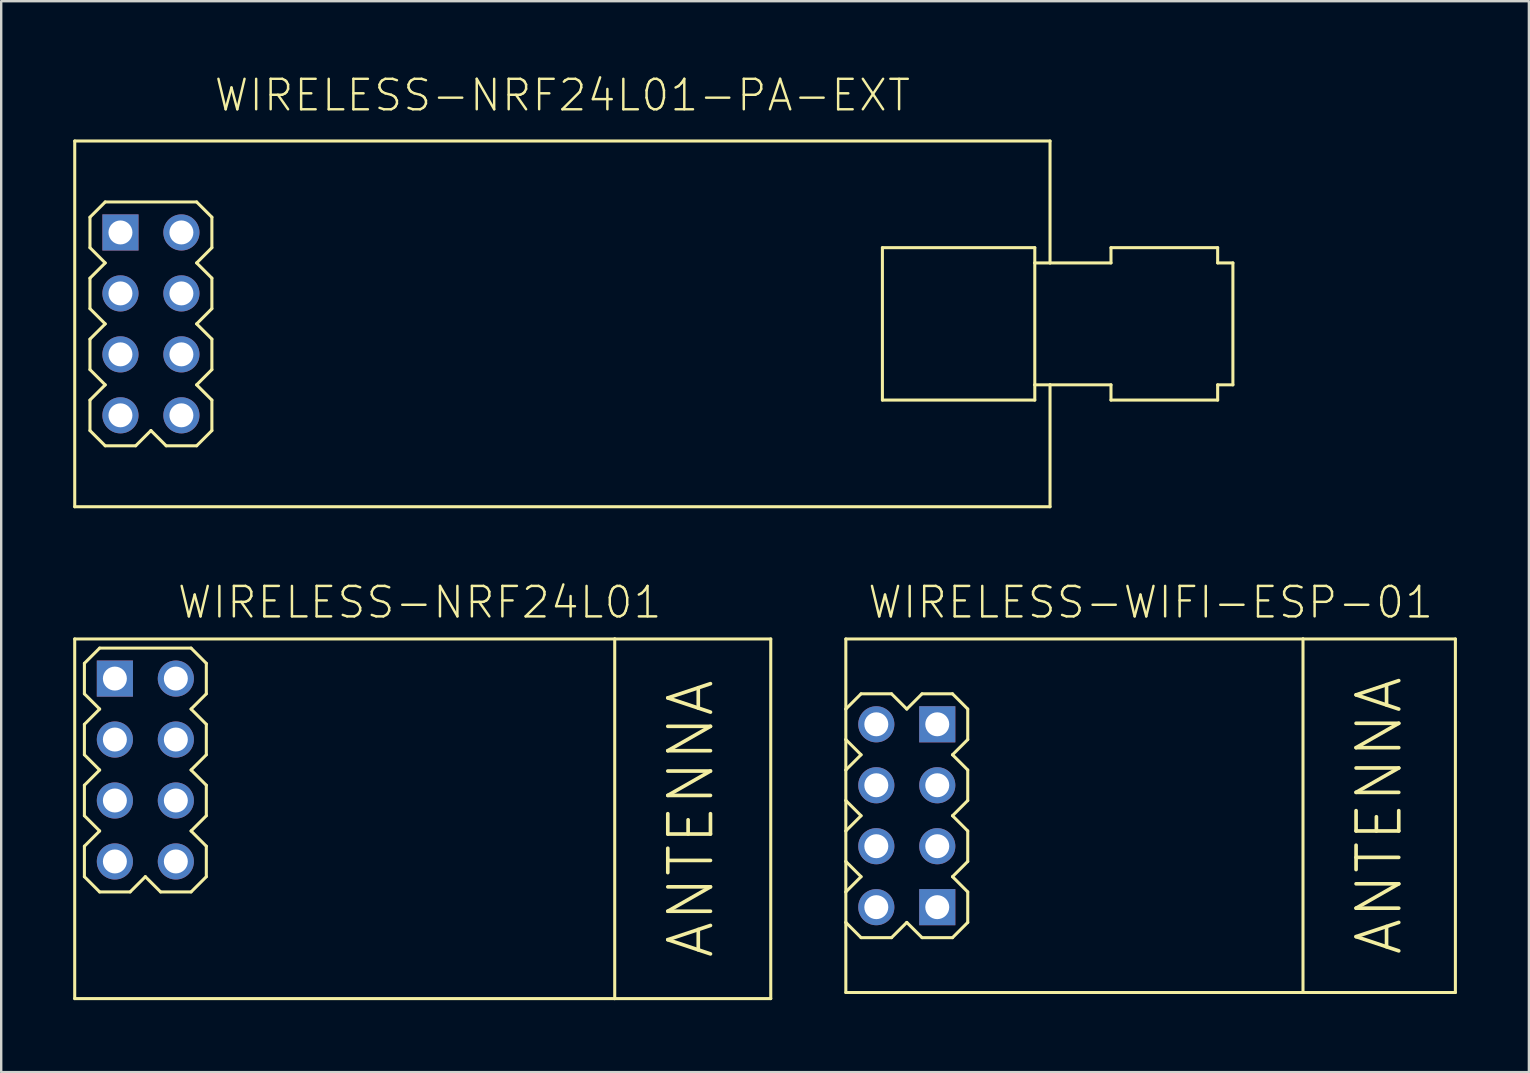
<source format=kicad_pcb>
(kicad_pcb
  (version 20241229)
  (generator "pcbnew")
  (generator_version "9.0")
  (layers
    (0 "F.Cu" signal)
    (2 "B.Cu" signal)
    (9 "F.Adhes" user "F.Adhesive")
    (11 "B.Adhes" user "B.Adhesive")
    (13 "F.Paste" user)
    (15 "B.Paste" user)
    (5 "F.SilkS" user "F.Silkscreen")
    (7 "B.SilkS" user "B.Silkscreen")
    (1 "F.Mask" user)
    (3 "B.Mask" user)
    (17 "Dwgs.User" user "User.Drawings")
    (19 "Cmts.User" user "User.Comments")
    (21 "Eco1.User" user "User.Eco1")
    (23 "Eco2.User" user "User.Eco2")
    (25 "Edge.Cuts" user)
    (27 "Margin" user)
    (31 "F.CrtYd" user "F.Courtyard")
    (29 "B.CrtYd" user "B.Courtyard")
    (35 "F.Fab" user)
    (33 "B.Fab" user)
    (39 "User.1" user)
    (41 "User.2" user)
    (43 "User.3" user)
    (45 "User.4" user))
  (footprint "WIRELESS-WIFI-ESP-01"
    (layer "F.Cu")
    (at 44.895 30.941)
    (property "Reference" "WIRELESS-WIFI-ESP-01" (at 0 -8.89 0) (layer "F.SilkS") (effects (font (size 1.27 1.27) (thickness 0.102))))
    (attr exclude_from_pos_files exclude_from_bom)
    (fp_line (start -12.7 -7.366) (end 6.35 -7.366) (stroke (width 0.127) (type solid)) (layer "F.SilkS"))
    (fp_line (start -12.7 -4.445) (end -12.7 -7.366) (stroke (width 0.127) (type solid)) (layer "F.SilkS"))
    (fp_line (start -12.7 -4.445) (end -12.065 -5.08) (stroke (width 0.127) (type solid)) (layer "F.SilkS"))
    (fp_line (start -12.7 -3.175) (end -12.7 -4.445) (stroke (width 0.127) (type solid)) (layer "F.SilkS"))
    (fp_line (start -12.7 -1.905) (end -12.7 -3.175) (stroke (width 0.127) (type solid)) (layer "F.SilkS"))
    (fp_line (start -12.7 -1.905) (end -12.065 -2.54) (stroke (width 0.127) (type solid)) (layer "F.SilkS"))
    (fp_line (start -12.7 -0.635) (end -12.7 -1.905) (stroke (width 0.127) (type solid)) (layer "F.SilkS"))
    (fp_line (start -12.7 0.635) (end -12.7 -0.635) (stroke (width 0.127) (type solid)) (layer "F.SilkS"))
    (fp_line (start -12.7 0.635) (end -12.065 0) (stroke (width 0.127) (type solid)) (layer "F.SilkS"))
    (fp_line (start -12.7 1.905) (end -12.7 0.635) (stroke (width 0.127) (type solid)) (layer "F.SilkS"))
    (fp_line (start -12.7 3.175) (end -12.7 1.905) (stroke (width 0.127) (type solid)) (layer "F.SilkS"))
    (fp_line (start -12.7 3.175) (end -12.065 2.54) (stroke (width 0.127) (type solid)) (layer "F.SilkS"))
    (fp_line (start -12.7 4.445) (end -12.7 3.175) (stroke (width 0.127) (type solid)) (layer "F.SilkS"))
    (fp_line (start -12.7 7.366) (end -12.7 4.445) (stroke (width 0.127) (type solid)) (layer "F.SilkS"))
    (fp_line (start -12.065 -5.08) (end -10.795 -5.08) (stroke (width 0.127) (type solid)) (layer "F.SilkS"))
    (fp_line (start -12.065 -2.54) (end -12.7 -3.175) (stroke (width 0.127) (type solid)) (layer "F.SilkS"))
    (fp_line (start -12.065 0) (end -12.7 -0.635) (stroke (width 0.127) (type solid)) (layer "F.SilkS"))
    (fp_line (start -12.065 2.54) (end -12.7 1.905) (stroke (width 0.127) (type solid)) (layer "F.SilkS"))
    (fp_line (start -12.065 5.08) (end -12.7 4.445) (stroke (width 0.127) (type solid)) (layer "F.SilkS"))
    (fp_line (start -10.795 -5.08) (end -10.16 -4.445) (stroke (width 0.127) (type solid)) (layer "F.SilkS"))
    (fp_line (start -10.795 5.08) (end -12.065 5.08) (stroke (width 0.127) (type solid)) (layer "F.SilkS"))
    (fp_line (start -10.16 -4.445) (end -9.525 -5.08) (stroke (width 0.127) (type solid)) (layer "F.SilkS"))
    (fp_line (start -10.16 4.445) (end -10.795 5.08) (stroke (width 0.127) (type solid)) (layer "F.SilkS"))
    (fp_line (start -9.525 -5.08) (end -8.255 -5.08) (stroke (width 0.127) (type solid)) (layer "F.SilkS"))
    (fp_line (start -9.525 5.08) (end -10.16 4.445) (stroke (width 0.127) (type solid)) (layer "F.SilkS"))
    (fp_line (start -8.255 -5.08) (end -7.62 -4.445) (stroke (width 0.127) (type solid)) (layer "F.SilkS"))
    (fp_line (start -8.255 -2.54) (end -7.62 -1.905) (stroke (width 0.127) (type solid)) (layer "F.SilkS"))
    (fp_line (start -8.255 0) (end -7.62 0.635) (stroke (width 0.127) (type solid)) (layer "F.SilkS"))
    (fp_line (start -8.255 2.54) (end -7.62 3.175) (stroke (width 0.127) (type solid)) (layer "F.SilkS"))
    (fp_line (start -8.255 5.08) (end -9.525 5.08) (stroke (width 0.127) (type solid)) (layer "F.SilkS"))
    (fp_line (start -7.62 -4.445) (end -7.62 -3.175) (stroke (width 0.127) (type solid)) (layer "F.SilkS"))
    (fp_line (start -7.62 -3.175) (end -8.255 -2.54) (stroke (width 0.127) (type solid)) (layer "F.SilkS"))
    (fp_line (start -7.62 -1.905) (end -7.62 -0.635) (stroke (width 0.127) (type solid)) (layer "F.SilkS"))
    (fp_line (start -7.62 -0.635) (end -8.255 0) (stroke (width 0.127) (type solid)) (layer "F.SilkS"))
    (fp_line (start -7.62 0.635) (end -7.62 1.905) (stroke (width 0.127) (type solid)) (layer "F.SilkS"))
    (fp_line (start -7.62 1.905) (end -8.255 2.54) (stroke (width 0.127) (type solid)) (layer "F.SilkS"))
    (fp_line (start -7.62 3.175) (end -7.62 4.445) (stroke (width 0.127) (type solid)) (layer "F.SilkS"))
    (fp_line (start -7.62 4.445) (end -8.255 5.08) (stroke (width 0.127) (type solid)) (layer "F.SilkS"))
    (fp_line (start 6.35 -7.366) (end 6.35 7.366) (stroke (width 0.127) (type solid)) (layer "F.SilkS"))
    (fp_line (start 6.35 -7.366) (end 12.7 -7.366) (stroke (width 0.127) (type solid)) (layer "F.SilkS"))
    (fp_line (start 6.35 7.366) (end -12.7 7.366) (stroke (width 0.127) (type solid)) (layer "F.SilkS"))
    (fp_line (start 12.7 -7.366) (end 12.7 7.366) (stroke (width 0.127) (type solid)) (layer "F.SilkS"))
    (fp_line (start 12.7 7.366) (end 6.35 7.366) (stroke (width 0.127) (type solid)) (layer "F.SilkS"))
    (fp_text user "ANTENNA" (at 9.525 0 90) (layer "F.SilkS") (effects (font (size 1.778 1.778) (thickness 0.152))))
    (pad "A1" thru_hole rect (at -8.89 -3.81) (size 1.506 1.506) (drill 0.998) (layers "*.Cu" "*.Paste" "*.Mask"))
    (pad "A2" thru_hole circle (at -11.43 -3.81) (size 1.506 1.506) (drill 0.998) (layers "*.Cu" "*.Paste" "*.Mask"))
    (pad "B1" thru_hole circle (at -8.89 -1.27) (size 1.506 1.506) (drill 0.998) (layers "*.Cu" "*.Paste" "*.Mask"))
    (pad "B2" thru_hole circle (at -11.43 -1.27) (size 1.506 1.506) (drill 0.998) (layers "*.Cu" "*.Paste" "*.Mask"))
    (pad "C1" thru_hole circle (at -8.89 1.27) (size 1.506 1.506) (drill 0.998) (layers "*.Cu" "*.Paste" "*.Mask"))
    (pad "C2" thru_hole circle (at -11.43 1.27) (size 1.506 1.506) (drill 0.998) (layers "*.Cu" "*.Paste" "*.Mask"))
    (pad "D1" thru_hole rect (at -8.89 3.81) (size 1.506 1.506) (drill 0.998) (layers "*.Cu" "*.Paste" "*.Mask"))
    (pad "D2" thru_hole circle (at -11.43 3.81) (size 1.506 1.506) (drill 0.998) (layers "*.Cu" "*.Paste" "*.Mask")))
  (footprint "WIRELESS-NRF24L01"
    (layer "F.Cu")
    (at 14.437 31.576)
    (property "Reference" "WIRELESS-NRF24L01" (at 0 -9.525 0) (layer "F.SilkS") (effects (font (size 1.27 1.27) (thickness 0.102))))
    (attr exclude_from_pos_files exclude_from_bom)
    (fp_line (start -14.374 -8.001) (end 8.128 -8.001) (stroke (width 0.127) (type solid)) (layer "F.SilkS"))
    (fp_line (start -14.374 6.985) (end -14.374 -8.001) (stroke (width 0.127) (type solid)) (layer "F.SilkS"))
    (fp_line (start -13.97 -6.985) (end -13.335 -7.62) (stroke (width 0.127) (type solid)) (layer "F.SilkS"))
    (fp_line (start -13.97 -5.715) (end -13.97 -6.985) (stroke (width 0.127) (type solid)) (layer "F.SilkS"))
    (fp_line (start -13.97 -4.445) (end -13.335 -5.08) (stroke (width 0.127) (type solid)) (layer "F.SilkS"))
    (fp_line (start -13.97 -3.175) (end -13.97 -4.445) (stroke (width 0.127) (type solid)) (layer "F.SilkS"))
    (fp_line (start -13.97 -1.905) (end -13.335 -2.54) (stroke (width 0.127) (type solid)) (layer "F.SilkS"))
    (fp_line (start -13.97 -0.635) (end -13.97 -1.905) (stroke (width 0.127) (type solid)) (layer "F.SilkS"))
    (fp_line (start -13.97 0.635) (end -13.335 0) (stroke (width 0.127) (type solid)) (layer "F.SilkS"))
    (fp_line (start -13.97 1.905) (end -13.97 0.635) (stroke (width 0.127) (type solid)) (layer "F.SilkS"))
    (fp_line (start -13.335 -7.62) (end -9.525 -7.62) (stroke (width 0.127) (type solid)) (layer "F.SilkS"))
    (fp_line (start -13.335 -5.08) (end -13.97 -5.715) (stroke (width 0.127) (type solid)) (layer "F.SilkS"))
    (fp_line (start -13.335 -2.54) (end -13.97 -3.175) (stroke (width 0.127) (type solid)) (layer "F.SilkS"))
    (fp_line (start -13.335 0) (end -13.97 -0.635) (stroke (width 0.127) (type solid)) (layer "F.SilkS"))
    (fp_line (start -13.335 2.54) (end -13.97 1.905) (stroke (width 0.127) (type solid)) (layer "F.SilkS"))
    (fp_line (start -12.065 2.54) (end -13.335 2.54) (stroke (width 0.127) (type solid)) (layer "F.SilkS"))
    (fp_line (start -11.43 1.905) (end -12.065 2.54) (stroke (width 0.127) (type solid)) (layer "F.SilkS"))
    (fp_line (start -10.795 2.54) (end -11.43 1.905) (stroke (width 0.127) (type solid)) (layer "F.SilkS"))
    (fp_line (start -9.525 -7.62) (end -8.89 -6.985) (stroke (width 0.127) (type solid)) (layer "F.SilkS"))
    (fp_line (start -9.525 -5.08) (end -8.89 -4.445) (stroke (width 0.127) (type solid)) (layer "F.SilkS"))
    (fp_line (start -9.525 -2.54) (end -8.89 -1.905) (stroke (width 0.127) (type solid)) (layer "F.SilkS"))
    (fp_line (start -9.525 0) (end -8.89 0.635) (stroke (width 0.127) (type solid)) (layer "F.SilkS"))
    (fp_line (start -9.525 2.54) (end -10.795 2.54) (stroke (width 0.127) (type solid)) (layer "F.SilkS"))
    (fp_line (start -8.89 -6.985) (end -8.89 -5.715) (stroke (width 0.127) (type solid)) (layer "F.SilkS"))
    (fp_line (start -8.89 -5.715) (end -9.525 -5.08) (stroke (width 0.127) (type solid)) (layer "F.SilkS"))
    (fp_line (start -8.89 -4.445) (end -8.89 -3.175) (stroke (width 0.127) (type solid)) (layer "F.SilkS"))
    (fp_line (start -8.89 -3.175) (end -9.525 -2.54) (stroke (width 0.127) (type solid)) (layer "F.SilkS"))
    (fp_line (start -8.89 -1.905) (end -8.89 -0.635) (stroke (width 0.127) (type solid)) (layer "F.SilkS"))
    (fp_line (start -8.89 -0.635) (end -9.525 0) (stroke (width 0.127) (type solid)) (layer "F.SilkS"))
    (fp_line (start -8.89 0.635) (end -8.89 1.905) (stroke (width 0.127) (type solid)) (layer "F.SilkS"))
    (fp_line (start -8.89 1.905) (end -9.525 2.54) (stroke (width 0.127) (type solid)) (layer "F.SilkS"))
    (fp_line (start 8.128 -8.001) (end 8.128 6.985) (stroke (width 0.127) (type solid)) (layer "F.SilkS"))
    (fp_line (start 8.128 -8.001) (end 14.63 -8.001) (stroke (width 0.127) (type solid)) (layer "F.SilkS"))
    (fp_line (start 8.128 6.985) (end -14.374 6.985) (stroke (width 0.127) (type solid)) (layer "F.SilkS"))
    (fp_line (start 14.63 -8.001) (end 14.63 6.985) (stroke (width 0.127) (type solid)) (layer "F.SilkS"))
    (fp_line (start 14.63 6.985) (end 8.128 6.985) (stroke (width 0.127) (type solid)) (layer "F.SilkS"))
    (fp_text user "ANTENNA" (at 11.303 -0.508 90) (layer "F.SilkS") (effects (font (size 1.778 1.778) (thickness 0.152))))
    (pad "1" thru_hole rect (at -12.7 -6.35) (size 1.506 1.506) (drill 0.998) (layers "*.Cu" "*.Paste" "*.Mask"))
    (pad "2" thru_hole circle (at -10.16 -6.35) (size 1.506 1.506) (drill 0.998) (layers "*.Cu" "*.Paste" "*.Mask"))
    (pad "3" thru_hole circle (at -12.7 -3.81) (size 1.506 1.506) (drill 0.998) (layers "*.Cu" "*.Paste" "*.Mask"))
    (pad "4" thru_hole circle (at -10.16 -3.81) (size 1.506 1.506) (drill 0.998) (layers "*.Cu" "*.Paste" "*.Mask"))
    (pad "5" thru_hole circle (at -12.7 -1.27) (size 1.506 1.506) (drill 0.998) (layers "*.Cu" "*.Paste" "*.Mask"))
    (pad "6" thru_hole circle (at -10.16 -1.27) (size 1.506 1.506) (drill 0.998) (layers "*.Cu" "*.Paste" "*.Mask"))
    (pad "7" thru_hole circle (at -12.7 1.27) (size 1.506 1.506) (drill 0.998) (layers "*.Cu" "*.Paste" "*.Mask"))
    (pad "8" thru_hole circle (at -10.16 1.27) (size 1.506 1.506) (drill 0.998) (layers "*.Cu" "*.Paste" "*.Mask")))
  (footprint "WIRELESS-NRF24L01-PA-EXT"
    (layer "F.Cu")
    (at 20.384 10.446)
    (property "Reference" "WIRELESS-NRF24L01-PA-EXT" (at 0 -9.525 0) (layer "F.SilkS") (effects (font (size 1.27 1.27) (thickness 0.102))))
    (attr exclude_from_pos_files exclude_from_bom)
    (fp_line (start -20.32 -7.62) (end 20.32 -7.62) (stroke (width 0.127) (type solid)) (layer "F.SilkS"))
    (fp_line (start -20.32 7.62) (end -20.32 -7.62) (stroke (width 0.127) (type solid)) (layer "F.SilkS"))
    (fp_line (start -19.685 -4.445) (end -19.05 -5.08) (stroke (width 0.127) (type solid)) (layer "F.SilkS"))
    (fp_line (start -19.685 -3.175) (end -19.685 -4.445) (stroke (width 0.127) (type solid)) (layer "F.SilkS"))
    (fp_line (start -19.685 -1.905) (end -19.05 -2.54) (stroke (width 0.127) (type solid)) (layer "F.SilkS"))
    (fp_line (start -19.685 -0.635) (end -19.685 -1.905) (stroke (width 0.127) (type solid)) (layer "F.SilkS"))
    (fp_line (start -19.685 0.635) (end -19.05 0) (stroke (width 0.127) (type solid)) (layer "F.SilkS"))
    (fp_line (start -19.685 1.905) (end -19.685 0.635) (stroke (width 0.127) (type solid)) (layer "F.SilkS"))
    (fp_line (start -19.685 3.175) (end -19.05 2.54) (stroke (width 0.127) (type solid)) (layer "F.SilkS"))
    (fp_line (start -19.685 4.445) (end -19.685 3.175) (stroke (width 0.127) (type solid)) (layer "F.SilkS"))
    (fp_line (start -19.05 -5.08) (end -15.24 -5.08) (stroke (width 0.127) (type solid)) (layer "F.SilkS"))
    (fp_line (start -19.05 -2.54) (end -19.685 -3.175) (stroke (width 0.127) (type solid)) (layer "F.SilkS"))
    (fp_line (start -19.05 0) (end -19.685 -0.635) (stroke (width 0.127) (type solid)) (layer "F.SilkS"))
    (fp_line (start -19.05 2.54) (end -19.685 1.905) (stroke (width 0.127) (type solid)) (layer "F.SilkS"))
    (fp_line (start -19.05 5.08) (end -19.685 4.445) (stroke (width 0.127) (type solid)) (layer "F.SilkS"))
    (fp_line (start -17.78 5.08) (end -19.05 5.08) (stroke (width 0.127) (type solid)) (layer "F.SilkS"))
    (fp_line (start -17.145 4.445) (end -17.78 5.08) (stroke (width 0.127) (type solid)) (layer "F.SilkS"))
    (fp_line (start -16.51 5.08) (end -17.145 4.445) (stroke (width 0.127) (type solid)) (layer "F.SilkS"))
    (fp_line (start -15.24 -5.08) (end -14.605 -4.445) (stroke (width 0.127) (type solid)) (layer "F.SilkS"))
    (fp_line (start -15.24 -2.54) (end -14.605 -1.905) (stroke (width 0.127) (type solid)) (layer "F.SilkS"))
    (fp_line (start -15.24 0) (end -14.605 0.635) (stroke (width 0.127) (type solid)) (layer "F.SilkS"))
    (fp_line (start -15.24 2.54) (end -14.605 3.175) (stroke (width 0.127) (type solid)) (layer "F.SilkS"))
    (fp_line (start -15.24 5.08) (end -16.51 5.08) (stroke (width 0.127) (type solid)) (layer "F.SilkS"))
    (fp_line (start -14.605 -4.445) (end -14.605 -3.175) (stroke (width 0.127) (type solid)) (layer "F.SilkS"))
    (fp_line (start -14.605 -3.175) (end -15.24 -2.54) (stroke (width 0.127) (type solid)) (layer "F.SilkS"))
    (fp_line (start -14.605 -1.905) (end -14.605 -0.635) (stroke (width 0.127) (type solid)) (layer "F.SilkS"))
    (fp_line (start -14.605 -0.635) (end -15.24 0) (stroke (width 0.127) (type solid)) (layer "F.SilkS"))
    (fp_line (start -14.605 0.635) (end -14.605 1.905) (stroke (width 0.127) (type solid)) (layer "F.SilkS"))
    (fp_line (start -14.605 1.905) (end -15.24 2.54) (stroke (width 0.127) (type solid)) (layer "F.SilkS"))
    (fp_line (start -14.605 3.175) (end -14.605 4.445) (stroke (width 0.127) (type solid)) (layer "F.SilkS"))
    (fp_line (start -14.605 4.445) (end -15.24 5.08) (stroke (width 0.127) (type solid)) (layer "F.SilkS"))
    (fp_line (start 13.335 -3.175) (end 19.685 -3.175) (stroke (width 0.127) (type solid)) (layer "F.SilkS"))
    (fp_line (start 13.335 3.175) (end 13.335 -3.175) (stroke (width 0.127) (type solid)) (layer "F.SilkS"))
    (fp_line (start 19.685 -3.175) (end 19.685 -2.54) (stroke (width 0.127) (type solid)) (layer "F.SilkS"))
    (fp_line (start 19.685 -2.54) (end 19.685 2.54) (stroke (width 0.127) (type solid)) (layer "F.SilkS"))
    (fp_line (start 19.685 -2.54) (end 20.32 -2.54) (stroke (width 0.127) (type solid)) (layer "F.SilkS"))
    (fp_line (start 19.685 2.54) (end 19.685 3.175) (stroke (width 0.127) (type solid)) (layer "F.SilkS"))
    (fp_line (start 19.685 2.54) (end 20.32 2.54) (stroke (width 0.127) (type solid)) (layer "F.SilkS"))
    (fp_line (start 19.685 3.175) (end 13.335 3.175) (stroke (width 0.127) (type solid)) (layer "F.SilkS"))
    (fp_line (start 20.32 -7.62) (end 20.32 -2.54) (stroke (width 0.127) (type solid)) (layer "F.SilkS"))
    (fp_line (start 20.32 -2.54) (end 22.86 -2.54) (stroke (width 0.127) (type solid)) (layer "F.SilkS"))
    (fp_line (start 20.32 2.54) (end 22.86 2.54) (stroke (width 0.127) (type solid)) (layer "F.SilkS"))
    (fp_line (start 20.32 7.62) (end -20.32 7.62) (stroke (width 0.127) (type solid)) (layer "F.SilkS"))
    (fp_line (start 20.32 7.62) (end 20.32 2.54) (stroke (width 0.127) (type solid)) (layer "F.SilkS"))
    (fp_line (start 22.86 -3.175) (end 27.305 -3.175) (stroke (width 0.127) (type solid)) (layer "F.SilkS"))
    (fp_line (start 22.86 -2.54) (end 22.86 -3.175) (stroke (width 0.127) (type solid)) (layer "F.SilkS"))
    (fp_line (start 22.86 3.175) (end 22.86 2.54) (stroke (width 0.127) (type solid)) (layer "F.SilkS"))
    (fp_line (start 27.305 -3.175) (end 27.305 -2.54) (stroke (width 0.127) (type solid)) (layer "F.SilkS"))
    (fp_line (start 27.305 -2.54) (end 27.94 -2.54) (stroke (width 0.127) (type solid)) (layer "F.SilkS"))
    (fp_line (start 27.305 2.54) (end 27.305 3.175) (stroke (width 0.127) (type solid)) (layer "F.SilkS"))
    (fp_line (start 27.305 3.175) (end 22.86 3.175) (stroke (width 0.127) (type solid)) (layer "F.SilkS"))
    (fp_line (start 27.94 -2.54) (end 27.94 2.54) (stroke (width 0.127) (type solid)) (layer "F.SilkS"))
    (fp_line (start 27.94 2.54) (end 27.305 2.54) (stroke (width 0.127) (type solid)) (layer "F.SilkS"))
    (pad "1" thru_hole rect (at -18.415 -3.81) (size 1.506 1.506) (drill 0.998) (layers "*.Cu" "*.Paste" "*.Mask"))
    (pad "2" thru_hole circle (at -15.875 -3.81) (size 1.506 1.506) (drill 0.998) (layers "*.Cu" "*.Paste" "*.Mask"))
    (pad "3" thru_hole circle (at -18.415 -1.27) (size 1.506 1.506) (drill 0.998) (layers "*.Cu" "*.Paste" "*.Mask"))
    (pad "4" thru_hole circle (at -15.875 -1.27) (size 1.506 1.506) (drill 0.998) (layers "*.Cu" "*.Paste" "*.Mask"))
    (pad "5" thru_hole circle (at -18.415 1.27) (size 1.506 1.506) (drill 0.998) (layers "*.Cu" "*.Paste" "*.Mask"))
    (pad "6" thru_hole circle (at -15.875 1.27) (size 1.506 1.506) (drill 0.998) (layers "*.Cu" "*.Paste" "*.Mask"))
    (pad "7" thru_hole circle (at -18.415 3.81) (size 1.506 1.506) (drill 0.998) (layers "*.Cu" "*.Paste" "*.Mask"))
    (pad "8" thru_hole circle (at -15.875 3.81) (size 1.506 1.506) (drill 0.998) (layers "*.Cu" "*.Paste" "*.Mask")))
  (gr_rect
    (start -3 -3)
    (end 60.658 41.625)
    (stroke (width 0.1) (type default))
    (fill no)
    (layer "Edge.Cuts")))
</source>
